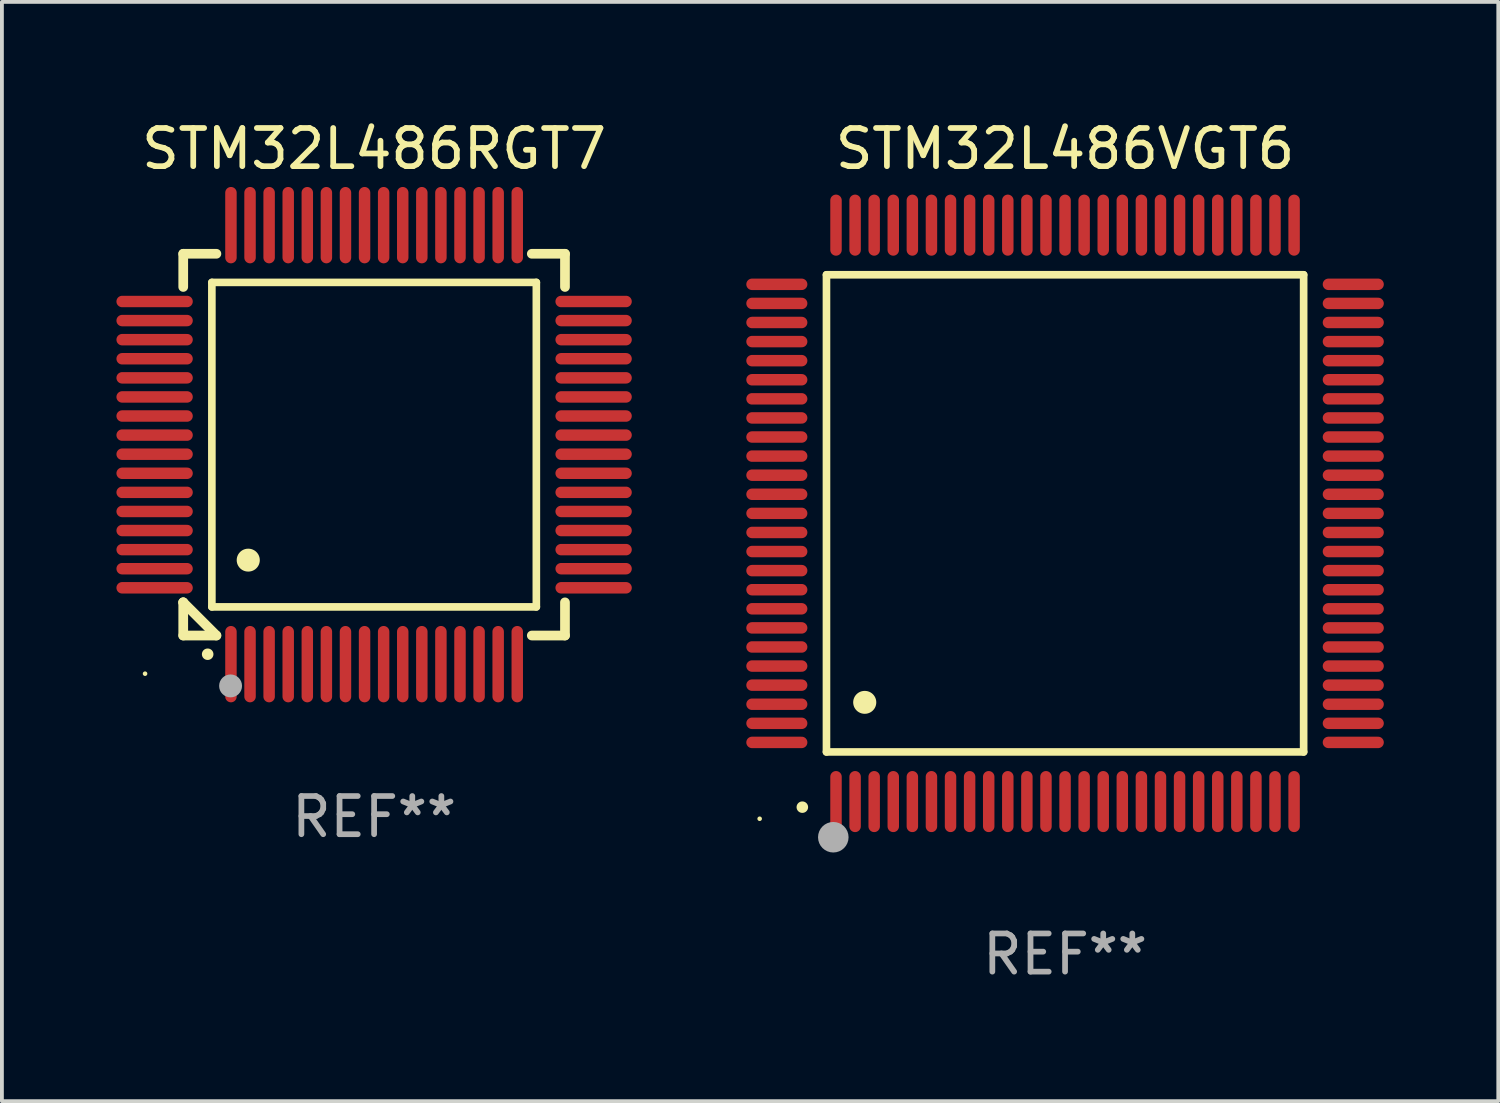
<source format=kicad_pcb>
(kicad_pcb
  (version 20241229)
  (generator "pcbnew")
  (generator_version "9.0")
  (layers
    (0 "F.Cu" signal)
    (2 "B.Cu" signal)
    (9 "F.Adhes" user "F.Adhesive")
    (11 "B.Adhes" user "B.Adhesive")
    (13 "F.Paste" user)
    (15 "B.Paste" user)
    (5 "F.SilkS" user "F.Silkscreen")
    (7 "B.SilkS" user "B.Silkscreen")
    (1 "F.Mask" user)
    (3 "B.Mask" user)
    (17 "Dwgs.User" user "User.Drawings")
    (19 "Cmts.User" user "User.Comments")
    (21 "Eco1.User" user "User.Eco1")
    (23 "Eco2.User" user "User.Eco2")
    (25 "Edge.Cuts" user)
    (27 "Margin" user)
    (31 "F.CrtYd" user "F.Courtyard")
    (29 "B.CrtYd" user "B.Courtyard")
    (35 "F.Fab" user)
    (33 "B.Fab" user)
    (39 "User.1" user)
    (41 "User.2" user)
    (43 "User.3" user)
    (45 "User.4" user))
  (footprint "STM32L486RGT7"
    (layer "F.Cu")
    (at 6.75 8.598)
    (property "Reference" "STM32L486RGT7" (at 0 -7.75 0) (layer "F.SilkS") (effects (font (size 1 1) (thickness 0.15))))
    (attr through_hole)
    (fp_line (start -5 -5) (end -4.131 -5) (stroke (width 0.254) (type solid)) (layer "F.SilkS"))
    (fp_line (start -5 -4.131) (end -5 -5) (stroke (width 0.254) (type solid)) (layer "F.SilkS"))
    (fp_line (start -5 4.131) (end -5 4.131) (stroke (width 0.254) (type solid)) (layer "F.SilkS"))
    (fp_line (start -5 5) (end -5 4.131) (stroke (width 0.254) (type solid)) (layer "F.SilkS"))
    (fp_line (start -5 4.131) (end -4.131 5) (stroke (width 0.254) (type solid)) (layer "F.SilkS"))
    (fp_line (start -4.25 -4.25) (end -4.25 4.25) (stroke (width 0.2) (type solid)) (layer "F.SilkS"))
    (fp_line (start -4.25 4.25) (end 4.25 4.25) (stroke (width 0.2) (type solid)) (layer "F.SilkS"))
    (fp_line (start -4.131 5) (end -5 5) (stroke (width 0.254) (type solid)) (layer "F.SilkS"))
    (fp_line (start 4.25 -4.25) (end -4.25 -4.25) (stroke (width 0.2) (type solid)) (layer "F.SilkS"))
    (fp_line (start 4.25 4.25) (end 4.25 -4.25) (stroke (width 0.2) (type solid)) (layer "F.SilkS"))
    (fp_line (start 5 -5) (end 4.131 -5) (stroke (width 0.254) (type solid)) (layer "F.SilkS"))
    (fp_line (start 5 -5) (end 5 -4.131) (stroke (width 0.254) (type solid)) (layer "F.SilkS"))
    (fp_line (start 5 4.131) (end 5 5) (stroke (width 0.254) (type solid)) (layer "F.SilkS"))
    (fp_line (start 5 5) (end 4.131 5) (stroke (width 0.254) (type solid)) (layer "F.SilkS"))
    (fp_arc (start -4.361265 5.489992) (mid -4.359995 5.489987) (end -4.358725 5.489992) (stroke (width 0.3) (type solid)) (layer "F.SilkS"))
    (fp_arc (start -3.299467 3.025146) (mid -3.296927 3.025135) (end -3.294387 3.025146) (stroke (width 0.6) (type solid)) (layer "F.SilkS"))
    (fp_circle (center -6 6) (end -5.97 6) (stroke (width 0.06) (type solid)) (fill no) (layer "F.SilkS"))
    (fp_circle (center -3.76 6.32) (end -3.61 6.32) (stroke (width 0.3) (type solid)) (fill no) (layer "F.Fab"))
    (fp_text user "REF**" (at 0 9.75 0) (layer "F.Fab") (effects (font (size 1 1) (thickness 0.15))))
    (pad "1" smd oval (at -3.75 5.75) (size 0.3 2) (layers "F.Cu" "F.Mask" "F.Paste"))
    (pad "2" smd oval (at -3.25 5.75) (size 0.3 2) (layers "F.Cu" "F.Mask" "F.Paste"))
    (pad "3" smd oval (at -2.75 5.75) (size 0.3 2) (layers "F.Cu" "F.Mask" "F.Paste"))
    (pad "4" smd oval (at -2.25 5.75) (size 0.3 2) (layers "F.Cu" "F.Mask" "F.Paste"))
    (pad "5" smd oval (at -1.75 5.75) (size 0.3 2) (layers "F.Cu" "F.Mask" "F.Paste"))
    (pad "6" smd oval (at -1.25 5.75) (size 0.3 2) (layers "F.Cu" "F.Mask" "F.Paste"))
    (pad "7" smd oval (at -0.75 5.75) (size 0.3 2) (layers "F.Cu" "F.Mask" "F.Paste"))
    (pad "8" smd oval (at -0.25 5.75) (size 0.3 2) (layers "F.Cu" "F.Mask" "F.Paste"))
    (pad "9" smd oval (at 0.25 5.75) (size 0.3 2) (layers "F.Cu" "F.Mask" "F.Paste"))
    (pad "10" smd oval (at 0.75 5.75) (size 0.3 2) (layers "F.Cu" "F.Mask" "F.Paste"))
    (pad "11" smd oval (at 1.25 5.75) (size 0.3 2) (layers "F.Cu" "F.Mask" "F.Paste"))
    (pad "12" smd oval (at 1.75 5.75) (size 0.3 2) (layers "F.Cu" "F.Mask" "F.Paste"))
    (pad "13" smd oval (at 2.25 5.75) (size 0.3 2) (layers "F.Cu" "F.Mask" "F.Paste"))
    (pad "14" smd oval (at 2.75 5.75) (size 0.3 2) (layers "F.Cu" "F.Mask" "F.Paste"))
    (pad "15" smd oval (at 3.25 5.75) (size 0.3 2) (layers "F.Cu" "F.Mask" "F.Paste"))
    (pad "16" smd oval (at 3.75 5.75) (size 0.3 2) (layers "F.Cu" "F.Mask" "F.Paste"))
    (pad "17" smd oval (at 5.75 3.75) (size 2 0.3) (layers "F.Cu" "F.Mask" "F.Paste"))
    (pad "18" smd oval (at 5.75 3.25) (size 2 0.3) (layers "F.Cu" "F.Mask" "F.Paste"))
    (pad "19" smd oval (at 5.75 2.75) (size 2 0.3) (layers "F.Cu" "F.Mask" "F.Paste"))
    (pad "20" smd oval (at 5.75 2.25) (size 2 0.3) (layers "F.Cu" "F.Mask" "F.Paste"))
    (pad "21" smd oval (at 5.75 1.75) (size 2 0.3) (layers "F.Cu" "F.Mask" "F.Paste"))
    (pad "22" smd oval (at 5.75 1.25) (size 2 0.3) (layers "F.Cu" "F.Mask" "F.Paste"))
    (pad "23" smd oval (at 5.75 0.75) (size 2 0.3) (layers "F.Cu" "F.Mask" "F.Paste"))
    (pad "24" smd oval (at 5.75 0.25) (size 2 0.3) (layers "F.Cu" "F.Mask" "F.Paste"))
    (pad "25" smd oval (at 5.75 -0.25) (size 2 0.3) (layers "F.Cu" "F.Mask" "F.Paste"))
    (pad "26" smd oval (at 5.75 -0.75) (size 2 0.3) (layers "F.Cu" "F.Mask" "F.Paste"))
    (pad "27" smd oval (at 5.75 -1.25) (size 2 0.3) (layers "F.Cu" "F.Mask" "F.Paste"))
    (pad "28" smd oval (at 5.75 -1.75) (size 2 0.3) (layers "F.Cu" "F.Mask" "F.Paste"))
    (pad "29" smd oval (at 5.75 -2.25) (size 2 0.3) (layers "F.Cu" "F.Mask" "F.Paste"))
    (pad "30" smd oval (at 5.75 -2.75) (size 2 0.3) (layers "F.Cu" "F.Mask" "F.Paste"))
    (pad "31" smd oval (at 5.75 -3.25) (size 2 0.3) (layers "F.Cu" "F.Mask" "F.Paste"))
    (pad "32" smd oval (at 5.75 -3.75) (size 2 0.3) (layers "F.Cu" "F.Mask" "F.Paste"))
    (pad "33" smd oval (at 3.75 -5.75) (size 0.3 2) (layers "F.Cu" "F.Mask" "F.Paste"))
    (pad "34" smd oval (at 3.25 -5.75) (size 0.3 2) (layers "F.Cu" "F.Mask" "F.Paste"))
    (pad "35" smd oval (at 2.75 -5.75) (size 0.3 2) (layers "F.Cu" "F.Mask" "F.Paste"))
    (pad "36" smd oval (at 2.25 -5.75) (size 0.3 2) (layers "F.Cu" "F.Mask" "F.Paste"))
    (pad "37" smd oval (at 1.75 -5.75) (size 0.3 2) (layers "F.Cu" "F.Mask" "F.Paste"))
    (pad "38" smd oval (at 1.25 -5.75) (size 0.3 2) (layers "F.Cu" "F.Mask" "F.Paste"))
    (pad "39" smd oval (at 0.75 -5.75) (size 0.3 2) (layers "F.Cu" "F.Mask" "F.Paste"))
    (pad "40" smd oval (at 0.25 -5.75) (size 0.3 2) (layers "F.Cu" "F.Mask" "F.Paste"))
    (pad "41" smd oval (at -0.25 -5.75) (size 0.3 2) (layers "F.Cu" "F.Mask" "F.Paste"))
    (pad "42" smd oval (at -0.75 -5.75) (size 0.3 2) (layers "F.Cu" "F.Mask" "F.Paste"))
    (pad "43" smd oval (at -1.25 -5.75) (size 0.3 2) (layers "F.Cu" "F.Mask" "F.Paste"))
    (pad "44" smd oval (at -1.75 -5.75) (size 0.3 2) (layers "F.Cu" "F.Mask" "F.Paste"))
    (pad "45" smd oval (at -2.25 -5.75) (size 0.3 2) (layers "F.Cu" "F.Mask" "F.Paste"))
    (pad "46" smd oval (at -2.75 -5.75) (size 0.3 2) (layers "F.Cu" "F.Mask" "F.Paste"))
    (pad "47" smd oval (at -3.25 -5.75) (size 0.3 2) (layers "F.Cu" "F.Mask" "F.Paste"))
    (pad "48" smd oval (at -3.75 -5.75) (size 0.3 2) (layers "F.Cu" "F.Mask" "F.Paste"))
    (pad "49" smd oval (at -5.75 -3.75) (size 2 0.3) (layers "F.Cu" "F.Mask" "F.Paste"))
    (pad "50" smd oval (at -5.75 -3.25) (size 2 0.3) (layers "F.Cu" "F.Mask" "F.Paste"))
    (pad "51" smd oval (at -5.75 -2.75) (size 2 0.3) (layers "F.Cu" "F.Mask" "F.Paste"))
    (pad "52" smd oval (at -5.75 -2.25) (size 2 0.3) (layers "F.Cu" "F.Mask" "F.Paste"))
    (pad "53" smd oval (at -5.75 -1.75) (size 2 0.3) (layers "F.Cu" "F.Mask" "F.Paste"))
    (pad "54" smd oval (at -5.75 -1.25) (size 2 0.3) (layers "F.Cu" "F.Mask" "F.Paste"))
    (pad "55" smd oval (at -5.75 -0.75) (size 2 0.3) (layers "F.Cu" "F.Mask" "F.Paste"))
    (pad "56" smd oval (at -5.75 -0.25) (size 2 0.3) (layers "F.Cu" "F.Mask" "F.Paste"))
    (pad "57" smd oval (at -5.75 0.25) (size 2 0.3) (layers "F.Cu" "F.Mask" "F.Paste"))
    (pad "58" smd oval (at -5.75 0.75) (size 2 0.3) (layers "F.Cu" "F.Mask" "F.Paste"))
    (pad "59" smd oval (at -5.75 1.25) (size 2 0.3) (layers "F.Cu" "F.Mask" "F.Paste"))
    (pad "60" smd oval (at -5.75 1.75) (size 2 0.3) (layers "F.Cu" "F.Mask" "F.Paste"))
    (pad "61" smd oval (at -5.75 2.25) (size 2 0.3) (layers "F.Cu" "F.Mask" "F.Paste"))
    (pad "62" smd oval (at -5.75 2.75) (size 2 0.3) (layers "F.Cu" "F.Mask" "F.Paste"))
    (pad "63" smd oval (at -5.75 3.25) (size 2 0.3) (layers "F.Cu" "F.Mask" "F.Paste"))
    (pad "64" smd oval (at -5.75 3.75) (size 2 0.3) (layers "F.Cu" "F.Mask" "F.Paste")))
  (footprint "STM32L486VGT6"
    (layer "F.Cu")
    (at 24.85 10.398)
    (property "Reference" "STM32L486VGT6" (at 0 -9.55 0) (layer "F.SilkS") (effects (font (size 1 1) (thickness 0.15))))
    (attr through_hole)
    (fp_line (start -6.25 -6.25) (end -6.25 6.25) (stroke (width 0.2) (type solid)) (layer "F.SilkS"))
    (fp_line (start -6.25 6.25) (end 6.25 6.25) (stroke (width 0.2) (type solid)) (layer "F.SilkS"))
    (fp_line (start 6.25 -6.25) (end -6.25 -6.25) (stroke (width 0.2) (type solid)) (layer "F.SilkS"))
    (fp_line (start 6.25 6.25) (end 6.25 -6.25) (stroke (width 0.2) (type solid)) (layer "F.SilkS"))
    (fp_arc (start -6.883414 7.696215) (mid -6.882144 7.69621) (end -6.880874 7.696215) (stroke (width 0.3) (type solid)) (layer "F.SilkS"))
    (fp_arc (start -5.250191 4.95047) (mid -5.247651 4.950459) (end -5.245111 4.95047) (stroke (width 0.6) (type solid)) (layer "F.SilkS"))
    (fp_circle (center -8 8) (end -7.97 8) (stroke (width 0.06) (type solid)) (fill no) (layer "F.SilkS"))
    (fp_circle (center -6.071 8.484) (end -5.871 8.484) (stroke (width 0.4) (type solid)) (fill no) (layer "F.Fab"))
    (fp_text user "REF**" (at 0 11.55 0) (layer "F.Fab") (effects (font (size 1 1) (thickness 0.15))))
    (pad "1" smd oval (at -6 7.55) (size 0.3 1.6) (layers "F.Cu" "F.Mask" "F.Paste"))
    (pad "2" smd oval (at -5.5 7.55) (size 0.3 1.6) (layers "F.Cu" "F.Mask" "F.Paste"))
    (pad "3" smd oval (at -5 7.55) (size 0.3 1.6) (layers "F.Cu" "F.Mask" "F.Paste"))
    (pad "4" smd oval (at -4.5 7.55) (size 0.3 1.6) (layers "F.Cu" "F.Mask" "F.Paste"))
    (pad "5" smd oval (at -4 7.55) (size 0.3 1.6) (layers "F.Cu" "F.Mask" "F.Paste"))
    (pad "6" smd oval (at -3.5 7.55) (size 0.3 1.6) (layers "F.Cu" "F.Mask" "F.Paste"))
    (pad "7" smd oval (at -3 7.55) (size 0.3 1.6) (layers "F.Cu" "F.Mask" "F.Paste"))
    (pad "8" smd oval (at -2.5 7.55) (size 0.3 1.6) (layers "F.Cu" "F.Mask" "F.Paste"))
    (pad "9" smd oval (at -2 7.55) (size 0.3 1.6) (layers "F.Cu" "F.Mask" "F.Paste"))
    (pad "10" smd oval (at -1.5 7.55) (size 0.3 1.6) (layers "F.Cu" "F.Mask" "F.Paste"))
    (pad "11" smd oval (at -1 7.55) (size 0.3 1.6) (layers "F.Cu" "F.Mask" "F.Paste"))
    (pad "12" smd oval (at -0.5 7.55) (size 0.3 1.6) (layers "F.Cu" "F.Mask" "F.Paste"))
    (pad "13" smd oval (at 0 7.55) (size 0.3 1.6) (layers "F.Cu" "F.Mask" "F.Paste"))
    (pad "14" smd oval (at 0.5 7.55) (size 0.3 1.6) (layers "F.Cu" "F.Mask" "F.Paste"))
    (pad "15" smd oval (at 1 7.55) (size 0.3 1.6) (layers "F.Cu" "F.Mask" "F.Paste"))
    (pad "16" smd oval (at 1.5 7.55) (size 0.3 1.6) (layers "F.Cu" "F.Mask" "F.Paste"))
    (pad "17" smd oval (at 2 7.55) (size 0.3 1.6) (layers "F.Cu" "F.Mask" "F.Paste"))
    (pad "18" smd oval (at 2.5 7.55) (size 0.3 1.6) (layers "F.Cu" "F.Mask" "F.Paste"))
    (pad "19" smd oval (at 3 7.55) (size 0.3 1.6) (layers "F.Cu" "F.Mask" "F.Paste"))
    (pad "20" smd oval (at 3.5 7.55) (size 0.3 1.6) (layers "F.Cu" "F.Mask" "F.Paste"))
    (pad "21" smd oval (at 4 7.55) (size 0.3 1.6) (layers "F.Cu" "F.Mask" "F.Paste"))
    (pad "22" smd oval (at 4.5 7.55) (size 0.3 1.6) (layers "F.Cu" "F.Mask" "F.Paste"))
    (pad "23" smd oval (at 5 7.55) (size 0.3 1.6) (layers "F.Cu" "F.Mask" "F.Paste"))
    (pad "24" smd oval (at 5.5 7.55) (size 0.3 1.6) (layers "F.Cu" "F.Mask" "F.Paste"))
    (pad "25" smd oval (at 6 7.55) (size 0.3 1.6) (layers "F.Cu" "F.Mask" "F.Paste"))
    (pad "26" smd oval (at 7.55 6) (size 1.6 0.3) (layers "F.Cu" "F.Mask" "F.Paste"))
    (pad "27" smd oval (at 7.55 5.5) (size 1.6 0.3) (layers "F.Cu" "F.Mask" "F.Paste"))
    (pad "28" smd oval (at 7.55 5) (size 1.6 0.3) (layers "F.Cu" "F.Mask" "F.Paste"))
    (pad "29" smd oval (at 7.55 4.5) (size 1.6 0.3) (layers "F.Cu" "F.Mask" "F.Paste"))
    (pad "30" smd oval (at 7.55 4) (size 1.6 0.3) (layers "F.Cu" "F.Mask" "F.Paste"))
    (pad "31" smd oval (at 7.55 3.5) (size 1.6 0.3) (layers "F.Cu" "F.Mask" "F.Paste"))
    (pad "32" smd oval (at 7.55 3) (size 1.6 0.3) (layers "F.Cu" "F.Mask" "F.Paste"))
    (pad "33" smd oval (at 7.55 2.5) (size 1.6 0.3) (layers "F.Cu" "F.Mask" "F.Paste"))
    (pad "34" smd oval (at 7.55 2) (size 1.6 0.3) (layers "F.Cu" "F.Mask" "F.Paste"))
    (pad "35" smd oval (at 7.55 1.5) (size 1.6 0.3) (layers "F.Cu" "F.Mask" "F.Paste"))
    (pad "36" smd oval (at 7.55 1) (size 1.6 0.3) (layers "F.Cu" "F.Mask" "F.Paste"))
    (pad "37" smd oval (at 7.55 0.5) (size 1.6 0.3) (layers "F.Cu" "F.Mask" "F.Paste"))
    (pad "38" smd oval (at 7.55 0) (size 1.6 0.3) (layers "F.Cu" "F.Mask" "F.Paste"))
    (pad "39" smd oval (at 7.55 -0.5) (size 1.6 0.3) (layers "F.Cu" "F.Mask" "F.Paste"))
    (pad "40" smd oval (at 7.55 -1) (size 1.6 0.3) (layers "F.Cu" "F.Mask" "F.Paste"))
    (pad "41" smd oval (at 7.55 -1.5) (size 1.6 0.3) (layers "F.Cu" "F.Mask" "F.Paste"))
    (pad "42" smd oval (at 7.55 -2) (size 1.6 0.3) (layers "F.Cu" "F.Mask" "F.Paste"))
    (pad "43" smd oval (at 7.55 -2.5) (size 1.6 0.3) (layers "F.Cu" "F.Mask" "F.Paste"))
    (pad "44" smd oval (at 7.55 -3) (size 1.6 0.3) (layers "F.Cu" "F.Mask" "F.Paste"))
    (pad "45" smd oval (at 7.55 -3.5) (size 1.6 0.3) (layers "F.Cu" "F.Mask" "F.Paste"))
    (pad "46" smd oval (at 7.55 -4) (size 1.6 0.3) (layers "F.Cu" "F.Mask" "F.Paste"))
    (pad "47" smd oval (at 7.55 -4.5) (size 1.6 0.3) (layers "F.Cu" "F.Mask" "F.Paste"))
    (pad "48" smd oval (at 7.55 -5) (size 1.6 0.3) (layers "F.Cu" "F.Mask" "F.Paste"))
    (pad "49" smd oval (at 7.55 -5.5) (size 1.6 0.3) (layers "F.Cu" "F.Mask" "F.Paste"))
    (pad "50" smd oval (at 7.55 -6) (size 1.6 0.3) (layers "F.Cu" "F.Mask" "F.Paste"))
    (pad "51" smd oval (at 6 -7.55) (size 0.3 1.6) (layers "F.Cu" "F.Mask" "F.Paste"))
    (pad "52" smd oval (at 5.5 -7.55) (size 0.3 1.6) (layers "F.Cu" "F.Mask" "F.Paste"))
    (pad "53" smd oval (at 5 -7.55) (size 0.3 1.6) (layers "F.Cu" "F.Mask" "F.Paste"))
    (pad "54" smd oval (at 4.5 -7.55) (size 0.3 1.6) (layers "F.Cu" "F.Mask" "F.Paste"))
    (pad "55" smd oval (at 4 -7.55) (size 0.3 1.6) (layers "F.Cu" "F.Mask" "F.Paste"))
    (pad "56" smd oval (at 3.5 -7.55) (size 0.3 1.6) (layers "F.Cu" "F.Mask" "F.Paste"))
    (pad "57" smd oval (at 3 -7.55) (size 0.3 1.6) (layers "F.Cu" "F.Mask" "F.Paste"))
    (pad "58" smd oval (at 2.5 -7.55) (size 0.3 1.6) (layers "F.Cu" "F.Mask" "F.Paste"))
    (pad "59" smd oval (at 2 -7.55) (size 0.3 1.6) (layers "F.Cu" "F.Mask" "F.Paste"))
    (pad "60" smd oval (at 1.5 -7.55) (size 0.3 1.6) (layers "F.Cu" "F.Mask" "F.Paste"))
    (pad "61" smd oval (at 1 -7.55) (size 0.3 1.6) (layers "F.Cu" "F.Mask" "F.Paste"))
    (pad "62" smd oval (at 0.5 -7.55) (size 0.3 1.6) (layers "F.Cu" "F.Mask" "F.Paste"))
    (pad "63" smd oval (at 0 -7.55) (size 0.3 1.6) (layers "F.Cu" "F.Mask" "F.Paste"))
    (pad "64" smd oval (at -0.5 -7.55) (size 0.3 1.6) (layers "F.Cu" "F.Mask" "F.Paste"))
    (pad "65" smd oval (at -1 -7.55) (size 0.3 1.6) (layers "F.Cu" "F.Mask" "F.Paste"))
    (pad "66" smd oval (at -1.5 -7.55) (size 0.3 1.6) (layers "F.Cu" "F.Mask" "F.Paste"))
    (pad "67" smd oval (at -2 -7.55) (size 0.3 1.6) (layers "F.Cu" "F.Mask" "F.Paste"))
    (pad "68" smd oval (at -2.5 -7.55) (size 0.3 1.6) (layers "F.Cu" "F.Mask" "F.Paste"))
    (pad "69" smd oval (at -3 -7.55) (size 0.3 1.6) (layers "F.Cu" "F.Mask" "F.Paste"))
    (pad "70" smd oval (at -3.5 -7.55) (size 0.3 1.6) (layers "F.Cu" "F.Mask" "F.Paste"))
    (pad "71" smd oval (at -4 -7.55) (size 0.3 1.6) (layers "F.Cu" "F.Mask" "F.Paste"))
    (pad "72" smd oval (at -4.5 -7.55) (size 0.3 1.6) (layers "F.Cu" "F.Mask" "F.Paste"))
    (pad "73" smd oval (at -5 -7.55) (size 0.3 1.6) (layers "F.Cu" "F.Mask" "F.Paste"))
    (pad "74" smd oval (at -5.5 -7.55) (size 0.3 1.6) (layers "F.Cu" "F.Mask" "F.Paste"))
    (pad "75" smd oval (at -6 -7.55) (size 0.3 1.6) (layers "F.Cu" "F.Mask" "F.Paste"))
    (pad "76" smd oval (at -7.55 -6) (size 1.6 0.3) (layers "F.Cu" "F.Mask" "F.Paste"))
    (pad "77" smd oval (at -7.55 -5.5) (size 1.6 0.3) (layers "F.Cu" "F.Mask" "F.Paste"))
    (pad "78" smd oval (at -7.55 -5) (size 1.6 0.3) (layers "F.Cu" "F.Mask" "F.Paste"))
    (pad "79" smd oval (at -7.55 -4.5) (size 1.6 0.3) (layers "F.Cu" "F.Mask" "F.Paste"))
    (pad "80" smd oval (at -7.55 -4) (size 1.6 0.3) (layers "F.Cu" "F.Mask" "F.Paste"))
    (pad "81" smd oval (at -7.55 -3.5) (size 1.6 0.3) (layers "F.Cu" "F.Mask" "F.Paste"))
    (pad "82" smd oval (at -7.55 -3) (size 1.6 0.3) (layers "F.Cu" "F.Mask" "F.Paste"))
    (pad "83" smd oval (at -7.55 -2.5) (size 1.6 0.3) (layers "F.Cu" "F.Mask" "F.Paste"))
    (pad "84" smd oval (at -7.55 -2) (size 1.6 0.3) (layers "F.Cu" "F.Mask" "F.Paste"))
    (pad "85" smd oval (at -7.55 -1.5) (size 1.6 0.3) (layers "F.Cu" "F.Mask" "F.Paste"))
    (pad "86" smd oval (at -7.55 -1) (size 1.6 0.3) (layers "F.Cu" "F.Mask" "F.Paste"))
    (pad "87" smd oval (at -7.55 -0.5) (size 1.6 0.3) (layers "F.Cu" "F.Mask" "F.Paste"))
    (pad "88" smd oval (at -7.55 0) (size 1.6 0.3) (layers "F.Cu" "F.Mask" "F.Paste"))
    (pad "89" smd oval (at -7.55 0.5) (size 1.6 0.3) (layers "F.Cu" "F.Mask" "F.Paste"))
    (pad "90" smd oval (at -7.55 1) (size 1.6 0.3) (layers "F.Cu" "F.Mask" "F.Paste"))
    (pad "91" smd oval (at -7.55 1.5) (size 1.6 0.3) (layers "F.Cu" "F.Mask" "F.Paste"))
    (pad "92" smd oval (at -7.55 2) (size 1.6 0.3) (layers "F.Cu" "F.Mask" "F.Paste"))
    (pad "93" smd oval (at -7.55 2.5) (size 1.6 0.3) (layers "F.Cu" "F.Mask" "F.Paste"))
    (pad "94" smd oval (at -7.55 3) (size 1.6 0.3) (layers "F.Cu" "F.Mask" "F.Paste"))
    (pad "95" smd oval (at -7.55 3.5) (size 1.6 0.3) (layers "F.Cu" "F.Mask" "F.Paste"))
    (pad "96" smd oval (at -7.55 4) (size 1.6 0.3) (layers "F.Cu" "F.Mask" "F.Paste"))
    (pad "97" smd oval (at -7.55 4.5) (size 1.6 0.3) (layers "F.Cu" "F.Mask" "F.Paste"))
    (pad "98" smd oval (at -7.55 5) (size 1.6 0.3) (layers "F.Cu" "F.Mask" "F.Paste"))
    (pad "99" smd oval (at -7.55 5.5) (size 1.6 0.3) (layers "F.Cu" "F.Mask" "F.Paste"))
    (pad "100" smd oval (at -7.55 6) (size 1.6 0.3) (layers "F.Cu" "F.Mask" "F.Paste")))
  (gr_rect
    (start -3 -3)
    (end 36.199 25.796)
    (stroke (width 0.1) (type default))
    (fill no)
    (layer "Edge.Cuts")))
</source>
